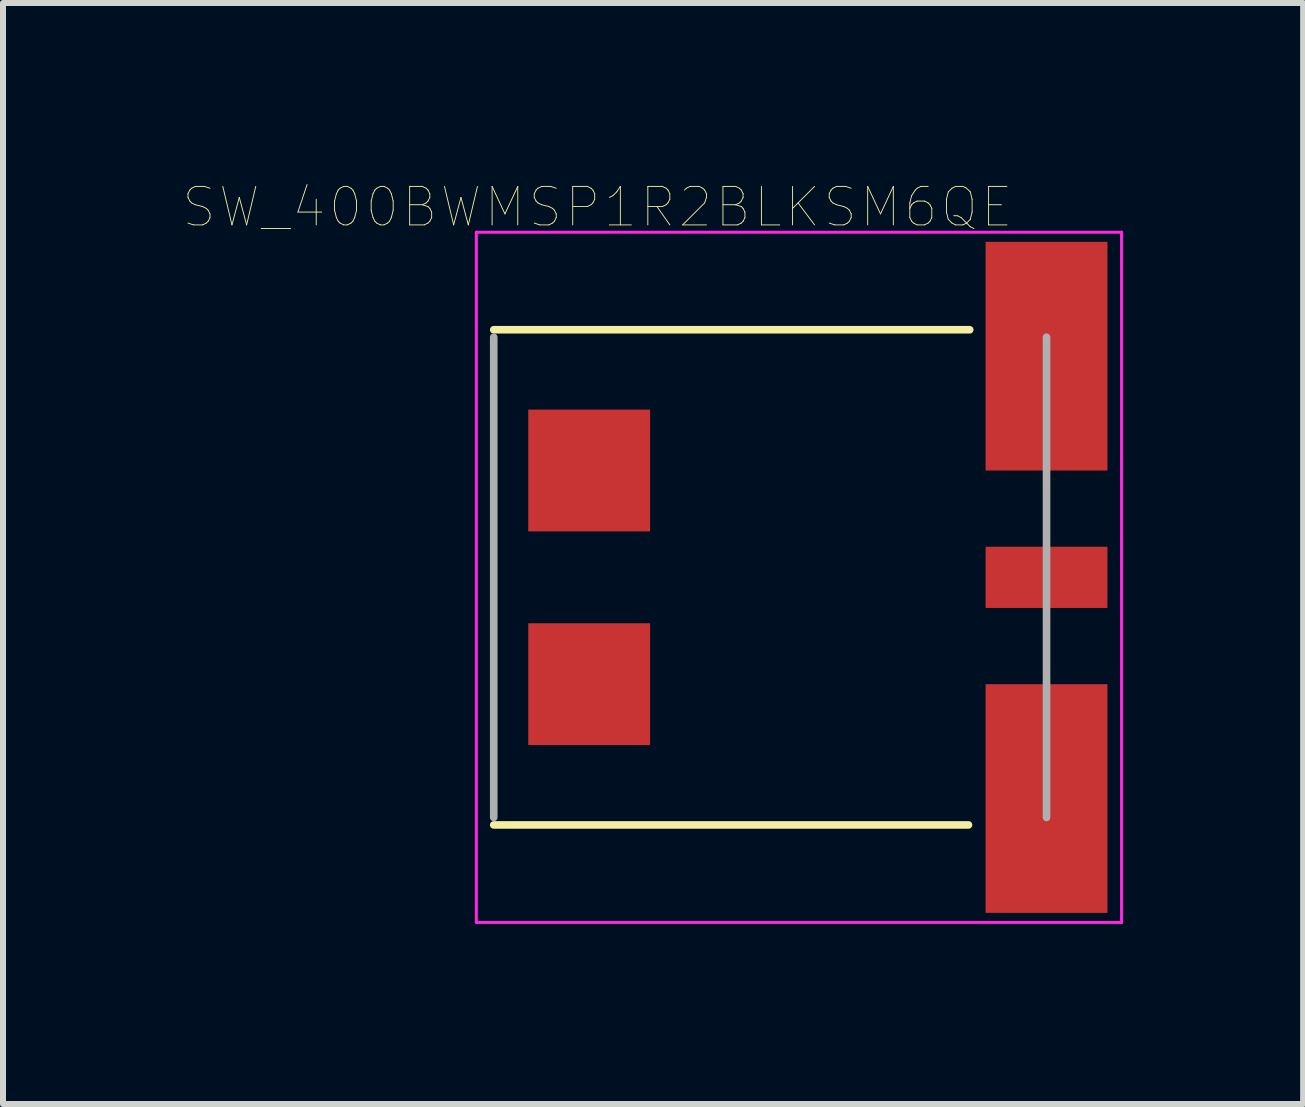
<source format=kicad_pcb>
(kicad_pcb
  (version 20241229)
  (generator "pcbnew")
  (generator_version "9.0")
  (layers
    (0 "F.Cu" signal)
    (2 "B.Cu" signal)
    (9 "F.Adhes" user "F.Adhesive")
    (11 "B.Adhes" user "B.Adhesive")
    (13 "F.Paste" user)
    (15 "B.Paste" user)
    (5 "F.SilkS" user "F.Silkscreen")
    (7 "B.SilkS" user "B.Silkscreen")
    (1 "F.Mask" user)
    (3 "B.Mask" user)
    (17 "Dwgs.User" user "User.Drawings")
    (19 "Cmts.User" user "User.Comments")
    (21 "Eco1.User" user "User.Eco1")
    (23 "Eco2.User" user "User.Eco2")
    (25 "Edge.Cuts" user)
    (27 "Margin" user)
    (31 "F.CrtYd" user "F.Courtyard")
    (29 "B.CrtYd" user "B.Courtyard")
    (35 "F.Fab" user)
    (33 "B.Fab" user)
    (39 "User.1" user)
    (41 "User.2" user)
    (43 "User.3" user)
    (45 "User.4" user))
  (footprint "SW_400BWMSP1R2BLKSM6QE"
    (layer "F.Cu")
    (at 14.386 6.569)
    (property "Reference" "SW_400BWMSP1R2BLKSM6QE" (at -7.482 -6.168 0) (layer "F.SilkS") (effects (font (size 0.641 0.641) (thickness 0.015))))
    (attr through_hole)
    (fp_line (start -9.21 4.125) (end -1.3 4.125) (stroke (width 0.127) (type solid)) (layer "F.SilkS"))
    (fp_line (start -1.28 -4.125) (end -9.21 -4.125) (stroke (width 0.127) (type solid)) (layer "F.SilkS"))
    (fp_line (start -9.5 -5.75) (end -9.5 5.75) (stroke (width 0.05) (type solid)) (layer "F.CrtYd"))
    (fp_line (start -9.5 5.75) (end 1.25 5.75) (stroke (width 0.05) (type solid)) (layer "F.CrtYd"))
    (fp_line (start 1.25 -5.75) (end -9.5 -5.75) (stroke (width 0.05) (type solid)) (layer "F.CrtYd"))
    (fp_line (start 1.25 5.75) (end 1.25 -5.75) (stroke (width 0.05) (type solid)) (layer "F.CrtYd"))
    (fp_line (start -9.21 -4) (end -9.21 4) (stroke (width 0.127) (type solid)) (layer "F.Fab"))
    (fp_line (start 0 4) (end 0 -4) (stroke (width 0.127) (type solid)) (layer "F.Fab"))
    (pad "1" smd rect (at 0 3.685) (size 2.03 3.81) (layers "F.Cu" "F.Mask" "F.Paste"))
    (pad "2" smd rect (at 0 0) (size 2.03 1.02) (layers "F.Cu" "F.Mask" "F.Paste"))
    (pad "3" smd rect (at 0 -3.685) (size 2.03 3.81) (layers "F.Cu" "F.Mask" "F.Paste"))
    (pad "P$1" smd rect (at -7.62 -1.78) (size 2.03 2.03) (layers "F.Cu" "F.Mask" "F.Paste"))
    (pad "P$2" smd rect (at -7.62 1.78) (size 2.03 2.03) (layers "F.Cu" "F.Mask" "F.Paste")))
  (gr_rect
    (start -3 -3)
    (end 18.661 15.344)
    (stroke (width 0.1) (type default))
    (fill no)
    (layer "Edge.Cuts")))
</source>
